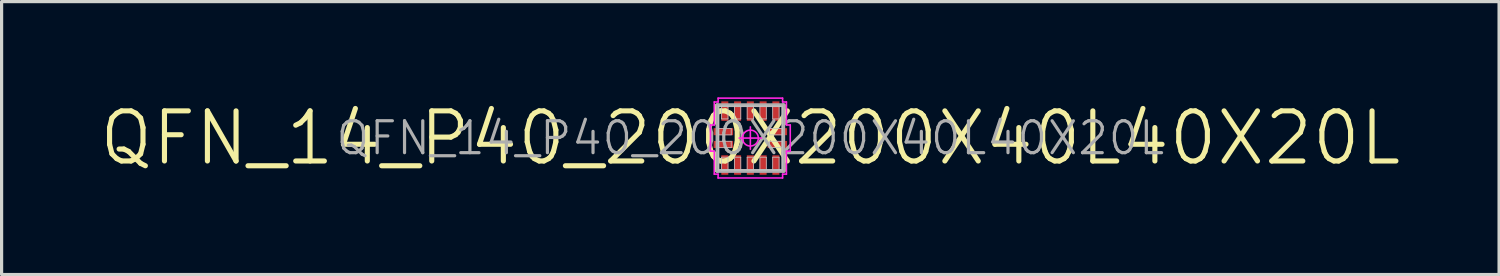
<source format=kicad_pcb>
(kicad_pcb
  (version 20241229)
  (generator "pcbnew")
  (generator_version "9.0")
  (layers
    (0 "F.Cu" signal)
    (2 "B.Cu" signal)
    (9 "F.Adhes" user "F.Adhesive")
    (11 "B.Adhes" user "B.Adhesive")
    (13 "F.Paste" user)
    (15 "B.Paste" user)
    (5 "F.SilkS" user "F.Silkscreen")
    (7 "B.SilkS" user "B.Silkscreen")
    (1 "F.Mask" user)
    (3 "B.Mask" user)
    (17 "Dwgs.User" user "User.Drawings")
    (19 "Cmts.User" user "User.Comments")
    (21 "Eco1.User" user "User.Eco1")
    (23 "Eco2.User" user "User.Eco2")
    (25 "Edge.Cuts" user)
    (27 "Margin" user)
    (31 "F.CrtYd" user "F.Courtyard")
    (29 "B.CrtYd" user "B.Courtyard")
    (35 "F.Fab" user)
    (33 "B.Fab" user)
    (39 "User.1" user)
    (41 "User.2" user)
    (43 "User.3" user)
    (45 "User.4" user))
  (footprint "QFN_14_P40_200X200X40L40X20L"
    (layer "F.Cu")
    (at 20.456 1.275)
    (property "Reference" "QFN_14_P40_200X200X40L40X20L" (at 0 0 0) (layer "F.Fab") (effects (font (size 1 1) (thickness 0.1))))
    (attr smd)
    (fp_line (start -1.06 -1.03) (end -1.06 -0.46) (stroke (width 0.1) (type solid)) (layer "F.SilkS"))
    (fp_line (start -1.06 1.03) (end -1.06 0.46) (stroke (width 0.1) (type solid)) (layer "F.SilkS"))
    (fp_line (start 1.06 -1.03) (end 1.06 -0.46) (stroke (width 0.1) (type solid)) (layer "F.SilkS"))
    (fp_line (start 1.06 1.03) (end 1.06 0.46) (stroke (width 0.1) (type solid)) (layer "F.SilkS"))
    (fp_line (start -1 -1) (end 1 -1) (stroke (width 0.025) (type solid)) (layer "Dwgs.User"))
    (fp_line (start -1 -0.3) (end -0.6 -0.3) (stroke (width 0.025) (type solid)) (layer "Dwgs.User"))
    (fp_line (start -1 -0.1) (end -1 -0.3) (stroke (width 0.025) (type solid)) (layer "Dwgs.User"))
    (fp_line (start -1 0.1) (end -0.6 0.1) (stroke (width 0.025) (type solid)) (layer "Dwgs.User"))
    (fp_line (start -1 0.3) (end -1 0.1) (stroke (width 0.025) (type solid)) (layer "Dwgs.User"))
    (fp_line (start -1 1) (end -1 -1) (stroke (width 0.025) (type solid)) (layer "Dwgs.User"))
    (fp_line (start -0.9 -1) (end -0.7 -1) (stroke (width 0.025) (type solid)) (layer "Dwgs.User"))
    (fp_line (start -0.9 -0.6) (end -0.9 -1) (stroke (width 0.025) (type solid)) (layer "Dwgs.User"))
    (fp_line (start -0.9 0.6) (end -0.7 0.6) (stroke (width 0.025) (type solid)) (layer "Dwgs.User"))
    (fp_line (start -0.9 1) (end -0.9 0.6) (stroke (width 0.025) (type solid)) (layer "Dwgs.User"))
    (fp_line (start -0.7 -1) (end -0.7 -0.6) (stroke (width 0.025) (type solid)) (layer "Dwgs.User"))
    (fp_line (start -0.7 -0.6) (end -0.9 -0.6) (stroke (width 0.025) (type solid)) (layer "Dwgs.User"))
    (fp_line (start -0.7 0.6) (end -0.7 1) (stroke (width 0.025) (type solid)) (layer "Dwgs.User"))
    (fp_line (start -0.7 1) (end -0.9 1) (stroke (width 0.025) (type solid)) (layer "Dwgs.User"))
    (fp_line (start -0.6 -0.3) (end -0.6 -0.1) (stroke (width 0.025) (type solid)) (layer "Dwgs.User"))
    (fp_line (start -0.6 -0.1) (end -1 -0.1) (stroke (width 0.025) (type solid)) (layer "Dwgs.User"))
    (fp_line (start -0.6 0.1) (end -0.6 0.3) (stroke (width 0.025) (type solid)) (layer "Dwgs.User"))
    (fp_line (start -0.6 0.3) (end -1 0.3) (stroke (width 0.025) (type solid)) (layer "Dwgs.User"))
    (fp_line (start -0.5 -1) (end -0.3 -1) (stroke (width 0.025) (type solid)) (layer "Dwgs.User"))
    (fp_line (start -0.5 -0.6) (end -0.5 -1) (stroke (width 0.025) (type solid)) (layer "Dwgs.User"))
    (fp_line (start -0.5 0.6) (end -0.3 0.6) (stroke (width 0.025) (type solid)) (layer "Dwgs.User"))
    (fp_line (start -0.5 1) (end -0.5 0.6) (stroke (width 0.025) (type solid)) (layer "Dwgs.User"))
    (fp_line (start -0.3 -1) (end -0.3 -0.6) (stroke (width 0.025) (type solid)) (layer "Dwgs.User"))
    (fp_line (start -0.3 -0.6) (end -0.5 -0.6) (stroke (width 0.025) (type solid)) (layer "Dwgs.User"))
    (fp_line (start -0.3 0.6) (end -0.3 1) (stroke (width 0.025) (type solid)) (layer "Dwgs.User"))
    (fp_line (start -0.3 1) (end -0.5 1) (stroke (width 0.025) (type solid)) (layer "Dwgs.User"))
    (fp_line (start -0.1 -1) (end 0.1 -1) (stroke (width 0.025) (type solid)) (layer "Dwgs.User"))
    (fp_line (start -0.1 -0.6) (end -0.1 -1) (stroke (width 0.025) (type solid)) (layer "Dwgs.User"))
    (fp_line (start -0.1 0.6) (end 0.1 0.6) (stroke (width 0.025) (type solid)) (layer "Dwgs.User"))
    (fp_line (start -0.1 1) (end -0.1 0.6) (stroke (width 0.025) (type solid)) (layer "Dwgs.User"))
    (fp_line (start 0.1 -1) (end 0.1 -0.6) (stroke (width 0.025) (type solid)) (layer "Dwgs.User"))
    (fp_line (start 0.1 -0.6) (end -0.1 -0.6) (stroke (width 0.025) (type solid)) (layer "Dwgs.User"))
    (fp_line (start 0.1 0.6) (end 0.1 1) (stroke (width 0.025) (type solid)) (layer "Dwgs.User"))
    (fp_line (start 0.1 1) (end -0.1 1) (stroke (width 0.025) (type solid)) (layer "Dwgs.User"))
    (fp_line (start 0.3 -1) (end 0.5 -1) (stroke (width 0.025) (type solid)) (layer "Dwgs.User"))
    (fp_line (start 0.3 -0.6) (end 0.3 -1) (stroke (width 0.025) (type solid)) (layer "Dwgs.User"))
    (fp_line (start 0.3 0.6) (end 0.5 0.6) (stroke (width 0.025) (type solid)) (layer "Dwgs.User"))
    (fp_line (start 0.3 1) (end 0.3 0.6) (stroke (width 0.025) (type solid)) (layer "Dwgs.User"))
    (fp_line (start 0.5 -1) (end 0.5 -0.6) (stroke (width 0.025) (type solid)) (layer "Dwgs.User"))
    (fp_line (start 0.5 -0.6) (end 0.3 -0.6) (stroke (width 0.025) (type solid)) (layer "Dwgs.User"))
    (fp_line (start 0.5 0.6) (end 0.5 1) (stroke (width 0.025) (type solid)) (layer "Dwgs.User"))
    (fp_line (start 0.5 1) (end 0.3 1) (stroke (width 0.025) (type solid)) (layer "Dwgs.User"))
    (fp_line (start 0.6 -0.3) (end 1 -0.3) (stroke (width 0.025) (type solid)) (layer "Dwgs.User"))
    (fp_line (start 0.6 -0.1) (end 0.6 -0.3) (stroke (width 0.025) (type solid)) (layer "Dwgs.User"))
    (fp_line (start 0.6 0.1) (end 1 0.1) (stroke (width 0.025) (type solid)) (layer "Dwgs.User"))
    (fp_line (start 0.6 0.3) (end 0.6 0.1) (stroke (width 0.025) (type solid)) (layer "Dwgs.User"))
    (fp_line (start 0.7 -1) (end 0.9 -1) (stroke (width 0.025) (type solid)) (layer "Dwgs.User"))
    (fp_line (start 0.7 -0.6) (end 0.7 -1) (stroke (width 0.025) (type solid)) (layer "Dwgs.User"))
    (fp_line (start 0.7 0.6) (end 0.9 0.6) (stroke (width 0.025) (type solid)) (layer "Dwgs.User"))
    (fp_line (start 0.7 1) (end 0.7 0.6) (stroke (width 0.025) (type solid)) (layer "Dwgs.User"))
    (fp_line (start 0.9 -1) (end 0.9 -0.6) (stroke (width 0.025) (type solid)) (layer "Dwgs.User"))
    (fp_line (start 0.9 -0.6) (end 0.7 -0.6) (stroke (width 0.025) (type solid)) (layer "Dwgs.User"))
    (fp_line (start 0.9 0.6) (end 0.9 1) (stroke (width 0.025) (type solid)) (layer "Dwgs.User"))
    (fp_line (start 0.9 1) (end 0.7 1) (stroke (width 0.025) (type solid)) (layer "Dwgs.User"))
    (fp_line (start 1 -1) (end 1 1) (stroke (width 0.025) (type solid)) (layer "Dwgs.User"))
    (fp_line (start 1 -0.3) (end 1 -0.1) (stroke (width 0.025) (type solid)) (layer "Dwgs.User"))
    (fp_line (start 1 -0.1) (end 0.6 -0.1) (stroke (width 0.025) (type solid)) (layer "Dwgs.User"))
    (fp_line (start 1 0.1) (end 1 0.3) (stroke (width 0.025) (type solid)) (layer "Dwgs.User"))
    (fp_line (start 1 0.3) (end 0.6 0.3) (stroke (width 0.025) (type solid)) (layer "Dwgs.User"))
    (fp_line (start 1 1) (end -1 1) (stroke (width 0.025) (type solid)) (layer "Dwgs.User"))
    (fp_line (start -1.25 -0.41) (end -1.25 0.41) (stroke (width 0.05) (type solid)) (layer "F.CrtYd"))
    (fp_line (start -1.25 0.41) (end -1.13 0.41) (stroke (width 0.05) (type solid)) (layer "F.CrtYd"))
    (fp_line (start -1.13 -1.13) (end -1.13 -0.41) (stroke (width 0.05) (type solid)) (layer "F.CrtYd"))
    (fp_line (start -1.13 -0.41) (end -1.25 -0.41) (stroke (width 0.05) (type solid)) (layer "F.CrtYd"))
    (fp_line (start -1.13 0.41) (end -1.13 1.13) (stroke (width 0.05) (type solid)) (layer "F.CrtYd"))
    (fp_line (start -1.13 1.13) (end -1.01 1.13) (stroke (width 0.05) (type solid)) (layer "F.CrtYd"))
    (fp_line (start -1.01 -1.25) (end -1.01 -1.13) (stroke (width 0.05) (type solid)) (layer "F.CrtYd"))
    (fp_line (start -1.01 -1.13) (end -1.13 -1.13) (stroke (width 0.05) (type solid)) (layer "F.CrtYd"))
    (fp_line (start -1.01 1.13) (end -1.01 1.25) (stroke (width 0.05) (type solid)) (layer "F.CrtYd"))
    (fp_line (start -1.01 1.25) (end 1.01 1.25) (stroke (width 0.05) (type solid)) (layer "F.CrtYd"))
    (fp_line (start -0.35 0) (end 0.35 0) (stroke (width 0.05) (type solid)) (layer "F.CrtYd"))
    (fp_line (start 0 -0.35) (end 0 0.35) (stroke (width 0.05) (type solid)) (layer "F.CrtYd"))
    (fp_line (start 1.01 -1.25) (end -1.01 -1.25) (stroke (width 0.05) (type solid)) (layer "F.CrtYd"))
    (fp_line (start 1.01 -1.13) (end 1.01 -1.25) (stroke (width 0.05) (type solid)) (layer "F.CrtYd"))
    (fp_line (start 1.01 1.13) (end 1.13 1.13) (stroke (width 0.05) (type solid)) (layer "F.CrtYd"))
    (fp_line (start 1.01 1.25) (end 1.01 1.13) (stroke (width 0.05) (type solid)) (layer "F.CrtYd"))
    (fp_line (start 1.13 -1.13) (end 1.01 -1.13) (stroke (width 0.05) (type solid)) (layer "F.CrtYd"))
    (fp_line (start 1.13 -0.41) (end 1.13 -1.13) (stroke (width 0.05) (type solid)) (layer "F.CrtYd"))
    (fp_line (start 1.13 0.41) (end 1.25 0.41) (stroke (width 0.05) (type solid)) (layer "F.CrtYd"))
    (fp_line (start 1.13 1.13) (end 1.13 0.41) (stroke (width 0.05) (type solid)) (layer "F.CrtYd"))
    (fp_line (start 1.25 -0.41) (end 1.13 -0.41) (stroke (width 0.05) (type solid)) (layer "F.CrtYd"))
    (fp_line (start 1.25 0.41) (end 1.25 -0.41) (stroke (width 0.05) (type solid)) (layer "F.CrtYd"))
    (fp_circle (center 0 0) (end 0 0.25) (stroke (width 0.05) (type solid)) (fill no) (layer "F.CrtYd"))
    (fp_line (start -1.03 -1.03) (end 1.03 -1.03) (stroke (width 0.12) (type solid)) (layer "F.Fab"))
    (fp_line (start -1.03 1.03) (end -1.03 -1.03) (stroke (width 0.12) (type solid)) (layer "F.Fab"))
    (fp_line (start 1.03 -1.03) (end 1.03 1.03) (stroke (width 0.12) (type solid)) (layer "F.Fab"))
    (fp_line (start 1.03 1.03) (end -1.03 1.03) (stroke (width 0.12) (type solid)) (layer "F.Fab"))
    (fp_text user "${REFERENCE}" (at 0 0 0) (layer "F.SilkS") (effects (font (size 1.57 1.57) (thickness 0.16))))
    (pad "1" smd rect (at -0.8 0.845 90) (size 0.61 0.22) (layers "F.Cu" "F.Mask" "F.Paste"))
    (pad "2" smd rect (at -0.4 0.845 90) (size 0.61 0.22) (layers "F.Cu" "F.Mask" "F.Paste"))
    (pad "3" smd rect (at 0 0.845 90) (size 0.61 0.22) (layers "F.Cu" "F.Mask" "F.Paste"))
    (pad "4" smd rect (at 0.4 0.845 90) (size 0.61 0.22) (layers "F.Cu" "F.Mask" "F.Paste"))
    (pad "5" smd rect (at 0.8 0.845 90) (size 0.61 0.22) (layers "F.Cu" "F.Mask" "F.Paste"))
    (pad "6" smd rect (at 0.845 0.2) (size 0.61 0.22) (layers "F.Cu" "F.Mask" "F.Paste"))
    (pad "7" smd rect (at 0.845 -0.2) (size 0.61 0.22) (layers "F.Cu" "F.Mask" "F.Paste"))
    (pad "8" smd rect (at 0.8 -0.845 90) (size 0.61 0.22) (layers "F.Cu" "F.Mask" "F.Paste"))
    (pad "9" smd rect (at 0.4 -0.845 90) (size 0.61 0.22) (layers "F.Cu" "F.Mask" "F.Paste"))
    (pad "10" smd rect (at 0 -0.845 90) (size 0.61 0.22) (layers "F.Cu" "F.Mask" "F.Paste"))
    (pad "11" smd rect (at -0.4 -0.845 90) (size 0.61 0.22) (layers "F.Cu" "F.Mask" "F.Paste"))
    (pad "12" smd rect (at -0.8 -0.845 90) (size 0.61 0.22) (layers "F.Cu" "F.Mask" "F.Paste"))
    (pad "13" smd rect (at -0.845 -0.2) (size 0.61 0.22) (layers "F.Cu" "F.Mask" "F.Paste"))
    (pad "14" smd rect (at -0.845 0.2) (size 0.61 0.22) (layers "F.Cu" "F.Mask" "F.Paste")))
  (gr_rect
    (start -3 -3)
    (end 43.911 5.55)
    (stroke (width 0.1) (type default))
    (fill no)
    (layer "Edge.Cuts")))
</source>
